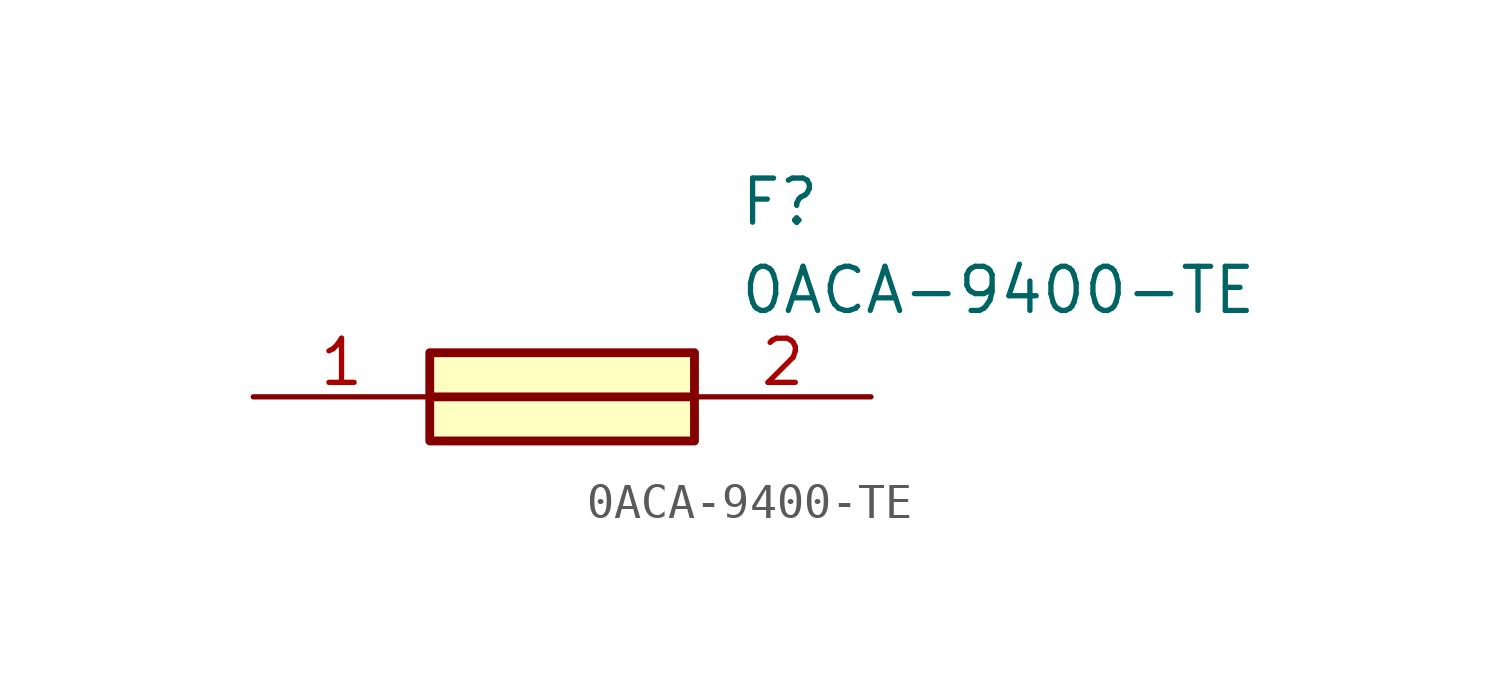
<source format=kicad_sym>
(kicad_symbol_lib
  (version 20211014)
  (generator SamacSys_ECAD_Model)
  (symbol "0ACA-9400-TE"
    (pin_names hide)
    (property "Reference" "F"
      (at 13.97 6.35 0)
      (effects (font (size 1.27 1.27)) (justify left top)))
    (property "Value" "0ACA-9400-TE"
      (at 13.97 3.81 0)
      (effects (font (size 1.27 1.27)) (justify left top)))
    (rectangle
      (start 5.08 1.27)
      (end 12.7 -1.27)
      (stroke (width 0.254) (type default))
      (fill (type background)))
    (polyline
      (pts (xy 5.08 0) (xy 12.7 0))
      (stroke (width 0.254) (type default))
      (fill (type none)))
    (pin passive line
      (at 0 0 0)
      (length 5.08)
      (name "1" (effects (font (size 1.27 1.27))))
      (number "1" (effects (font (size 1.27 1.27)))))
    (pin passive line
      (at 17.78 0 180)
      (length 5.08)
      (name "2" (effects (font (size 1.27 1.27))))
      (number "2" (effects (font (size 1.27 1.27)))))))
</source>
